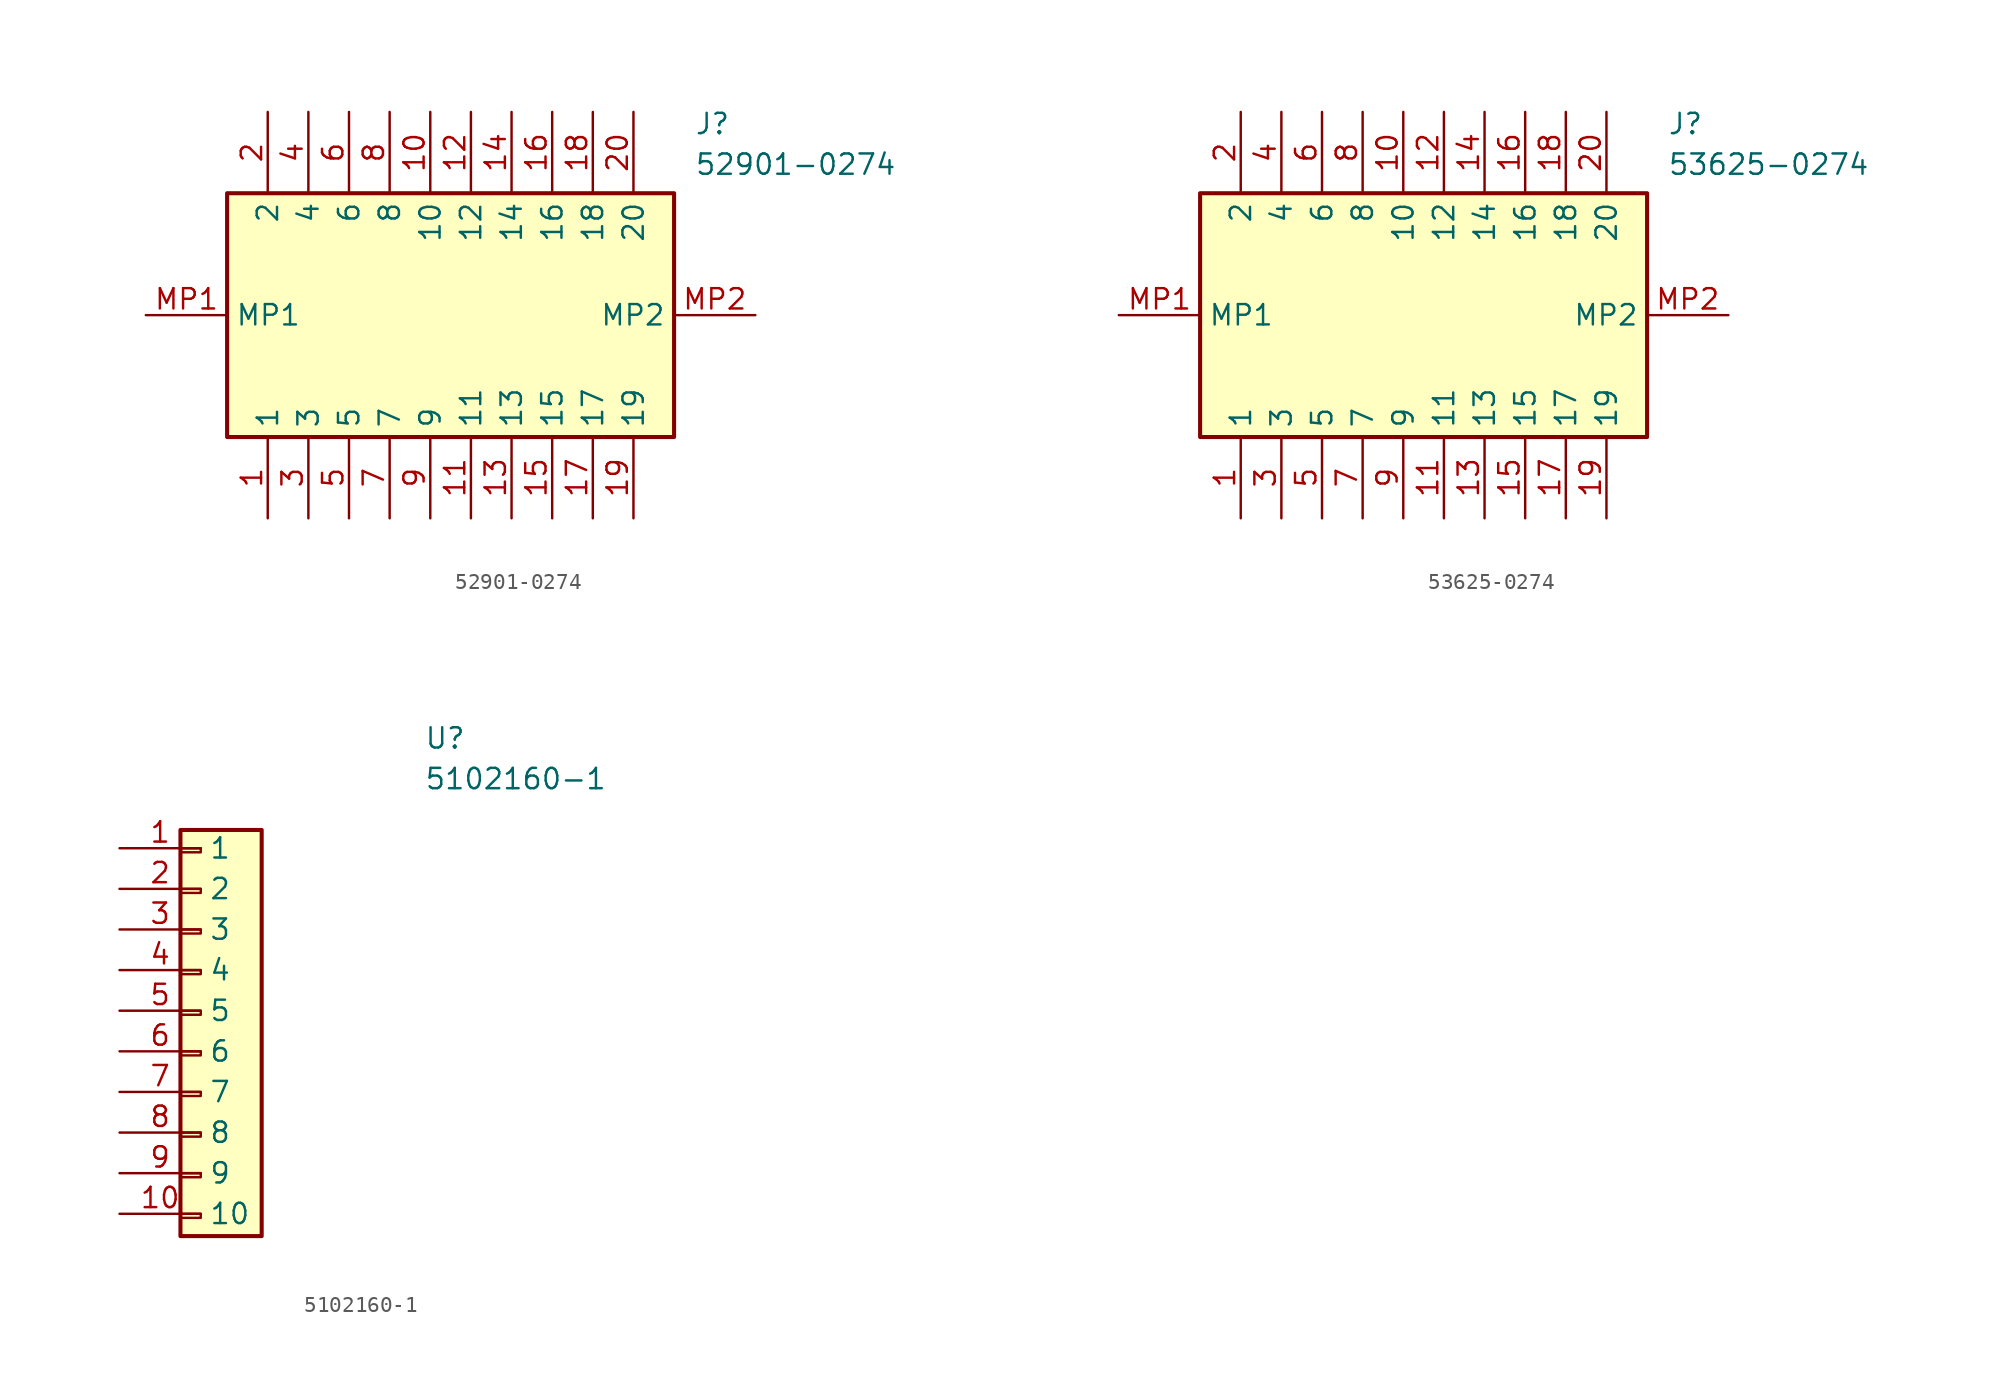
<source format=kicad_sym>
(kicad_symbol_lib
  (version 20231120)
  (generator "kicad_symbol_editor")
  (generator_version "8.0")
  (symbol "52901-0274"
    (property "Reference" "J"
      (at 34.29 12.7 0)
      (effects (font (size 1.27 1.27)) (justify left top)))
    (property "Value" "52901-0274"
      (at 34.29 10.16 0)
      (effects (font (size 1.27 1.27)) (justify left top)))
    (symbol "52901-0274_1_1"
      (rectangle (start 5.08 7.62) (end 33.02 -7.62) (stroke (width 0.254) (type default)) (fill (type background)))
      (pin passive line (at 7.62 -12.7 90) (length 5.08) (name "1" (effects (font (size 1.27 1.27)))) (number "1" (effects (font (size 1.27 1.27)))))
      (pin passive line (at 17.78 12.7 270) (length 5.08) (name "10" (effects (font (size 1.27 1.27)))) (number "10" (effects (font (size 1.27 1.27)))))
      (pin passive line (at 20.32 -12.7 90) (length 5.08) (name "11" (effects (font (size 1.27 1.27)))) (number "11" (effects (font (size 1.27 1.27)))))
      (pin passive line (at 20.32 12.7 270) (length 5.08) (name "12" (effects (font (size 1.27 1.27)))) (number "12" (effects (font (size 1.27 1.27)))))
      (pin passive line (at 22.86 -12.7 90) (length 5.08) (name "13" (effects (font (size 1.27 1.27)))) (number "13" (effects (font (size 1.27 1.27)))))
      (pin passive line (at 22.86 12.7 270) (length 5.08) (name "14" (effects (font (size 1.27 1.27)))) (number "14" (effects (font (size 1.27 1.27)))))
      (pin passive line (at 25.4 -12.7 90) (length 5.08) (name "15" (effects (font (size 1.27 1.27)))) (number "15" (effects (font (size 1.27 1.27)))))
      (pin passive line (at 25.4 12.7 270) (length 5.08) (name "16" (effects (font (size 1.27 1.27)))) (number "16" (effects (font (size 1.27 1.27)))))
      (pin passive line (at 27.94 -12.7 90) (length 5.08) (name "17" (effects (font (size 1.27 1.27)))) (number "17" (effects (font (size 1.27 1.27)))))
      (pin passive line (at 27.94 12.7 270) (length 5.08) (name "18" (effects (font (size 1.27 1.27)))) (number "18" (effects (font (size 1.27 1.27)))))
      (pin passive line (at 30.48 -12.7 90) (length 5.08) (name "19" (effects (font (size 1.27 1.27)))) (number "19" (effects (font (size 1.27 1.27)))))
      (pin passive line (at 7.62 12.7 270) (length 5.08) (name "2" (effects (font (size 1.27 1.27)))) (number "2" (effects (font (size 1.27 1.27)))))
      (pin passive line (at 30.48 12.7 270) (length 5.08) (name "20" (effects (font (size 1.27 1.27)))) (number "20" (effects (font (size 1.27 1.27)))))
      (pin passive line (at 10.16 -12.7 90) (length 5.08) (name "3" (effects (font (size 1.27 1.27)))) (number "3" (effects (font (size 1.27 1.27)))))
      (pin passive line (at 10.16 12.7 270) (length 5.08) (name "4" (effects (font (size 1.27 1.27)))) (number "4" (effects (font (size 1.27 1.27)))))
      (pin passive line (at 12.7 -12.7 90) (length 5.08) (name "5" (effects (font (size 1.27 1.27)))) (number "5" (effects (font (size 1.27 1.27)))))
      (pin passive line (at 12.7 12.7 270) (length 5.08) (name "6" (effects (font (size 1.27 1.27)))) (number "6" (effects (font (size 1.27 1.27)))))
      (pin passive line (at 15.24 -12.7 90) (length 5.08) (name "7" (effects (font (size 1.27 1.27)))) (number "7" (effects (font (size 1.27 1.27)))))
      (pin passive line (at 15.24 12.7 270) (length 5.08) (name "8" (effects (font (size 1.27 1.27)))) (number "8" (effects (font (size 1.27 1.27)))))
      (pin passive line (at 17.78 -12.7 90) (length 5.08) (name "9" (effects (font (size 1.27 1.27)))) (number "9" (effects (font (size 1.27 1.27)))))
      (pin passive line (at 0 0 0) (length 5.08) (name "MP1" (effects (font (size 1.27 1.27)))) (number "MP1" (effects (font (size 1.27 1.27)))))
      (pin passive line (at 38.1 0 180) (length 5.08) (name "MP2" (effects (font (size 1.27 1.27)))) (number "MP2" (effects (font (size 1.27 1.27)))))))
  (symbol "53625-0274"
    (property "Reference" "J"
      (at 34.29 12.7 0)
      (effects (font (size 1.27 1.27)) (justify left top)))
    (property "Value" "53625-0274"
      (at 34.29 10.16 0)
      (effects (font (size 1.27 1.27)) (justify left top)))
    (symbol "53625-0274_1_1"
      (rectangle (start 5.08 7.62) (end 33.02 -7.62) (stroke (width 0.254) (type default)) (fill (type background)))
      (pin passive line (at 7.62 -12.7 90) (length 5.08) (name "1" (effects (font (size 1.27 1.27)))) (number "1" (effects (font (size 1.27 1.27)))))
      (pin passive line (at 17.78 12.7 270) (length 5.08) (name "10" (effects (font (size 1.27 1.27)))) (number "10" (effects (font (size 1.27 1.27)))))
      (pin passive line (at 20.32 -12.7 90) (length 5.08) (name "11" (effects (font (size 1.27 1.27)))) (number "11" (effects (font (size 1.27 1.27)))))
      (pin passive line (at 20.32 12.7 270) (length 5.08) (name "12" (effects (font (size 1.27 1.27)))) (number "12" (effects (font (size 1.27 1.27)))))
      (pin passive line (at 22.86 -12.7 90) (length 5.08) (name "13" (effects (font (size 1.27 1.27)))) (number "13" (effects (font (size 1.27 1.27)))))
      (pin passive line (at 22.86 12.7 270) (length 5.08) (name "14" (effects (font (size 1.27 1.27)))) (number "14" (effects (font (size 1.27 1.27)))))
      (pin passive line (at 25.4 -12.7 90) (length 5.08) (name "15" (effects (font (size 1.27 1.27)))) (number "15" (effects (font (size 1.27 1.27)))))
      (pin passive line (at 25.4 12.7 270) (length 5.08) (name "16" (effects (font (size 1.27 1.27)))) (number "16" (effects (font (size 1.27 1.27)))))
      (pin passive line (at 27.94 -12.7 90) (length 5.08) (name "17" (effects (font (size 1.27 1.27)))) (number "17" (effects (font (size 1.27 1.27)))))
      (pin passive line (at 27.94 12.7 270) (length 5.08) (name "18" (effects (font (size 1.27 1.27)))) (number "18" (effects (font (size 1.27 1.27)))))
      (pin passive line (at 30.48 -12.7 90) (length 5.08) (name "19" (effects (font (size 1.27 1.27)))) (number "19" (effects (font (size 1.27 1.27)))))
      (pin passive line (at 7.62 12.7 270) (length 5.08) (name "2" (effects (font (size 1.27 1.27)))) (number "2" (effects (font (size 1.27 1.27)))))
      (pin passive line (at 30.48 12.7 270) (length 5.08) (name "20" (effects (font (size 1.27 1.27)))) (number "20" (effects (font (size 1.27 1.27)))))
      (pin passive line (at 10.16 -12.7 90) (length 5.08) (name "3" (effects (font (size 1.27 1.27)))) (number "3" (effects (font (size 1.27 1.27)))))
      (pin passive line (at 10.16 12.7 270) (length 5.08) (name "4" (effects (font (size 1.27 1.27)))) (number "4" (effects (font (size 1.27 1.27)))))
      (pin passive line (at 12.7 -12.7 90) (length 5.08) (name "5" (effects (font (size 1.27 1.27)))) (number "5" (effects (font (size 1.27 1.27)))))
      (pin passive line (at 12.7 12.7 270) (length 5.08) (name "6" (effects (font (size 1.27 1.27)))) (number "6" (effects (font (size 1.27 1.27)))))
      (pin passive line (at 15.24 -12.7 90) (length 5.08) (name "7" (effects (font (size 1.27 1.27)))) (number "7" (effects (font (size 1.27 1.27)))))
      (pin passive line (at 15.24 12.7 270) (length 5.08) (name "8" (effects (font (size 1.27 1.27)))) (number "8" (effects (font (size 1.27 1.27)))))
      (pin passive line (at 17.78 -12.7 90) (length 5.08) (name "9" (effects (font (size 1.27 1.27)))) (number "9" (effects (font (size 1.27 1.27)))))
      (pin passive line (at 0 0 0) (length 5.08) (name "MP1" (effects (font (size 1.27 1.27)))) (number "MP1" (effects (font (size 1.27 1.27)))))
      (pin passive line (at 38.1 0 180) (length 5.08) (name "MP2" (effects (font (size 1.27 1.27)))) (number "MP2" (effects (font (size 1.27 1.27)))))))
  (symbol "5102160-1"
    (property "Reference" "U"
      (at 19.05 7.62 0)
      (effects (font (size 1.27 1.27)) (justify left top)))
    (property "Value" "5102160-1"
      (at 19.05 5.08 0)
      (effects (font (size 1.27 1.27)) (justify left top)))
    (symbol "5102160-1_1_1"
      (rectangle (start 3.81 -22.86) (end 5.08 -23.114) (stroke (width 0.152) (type default)) (fill (type none)))
      (rectangle (start 3.81 -20.32) (end 5.08 -20.574) (stroke (width 0.152) (type default)) (fill (type none)))
      (rectangle (start 3.81 -17.78) (end 5.08 -18.034) (stroke (width 0.152) (type default)) (fill (type none)))
      (rectangle (start 3.81 -15.24) (end 5.08 -15.494) (stroke (width 0.152) (type default)) (fill (type none)))
      (rectangle (start 3.81 -12.7) (end 5.08 -12.954) (stroke (width 0.152) (type default)) (fill (type none)))
      (rectangle (start 3.81 -10.16) (end 5.08 -10.414) (stroke (width 0.152) (type default)) (fill (type none)))
      (rectangle (start 3.81 -7.62) (end 5.08 -7.874) (stroke (width 0.152) (type default)) (fill (type none)))
      (rectangle (start 3.81 -5.08) (end 5.08 -5.334) (stroke (width 0.152) (type default)) (fill (type none)))
      (rectangle (start 3.81 -2.54) (end 5.08 -2.794) (stroke (width 0.152) (type default)) (fill (type none)))
      (rectangle (start 3.81 0) (end 5.08 -0.254) (stroke (width 0.152) (type default)) (fill (type none)))
      (rectangle (start 3.81 1.143) (end 8.89 -24.257) (stroke (width 0.254) (type default)) (fill (type background)))
      (pin passive line (at 0 0 0) (length 5.08) (name "1" (effects (font (size 1.27 1.27)))) (number "1" (effects (font (size 1.27 1.27)))))
      (pin passive line (at 0 -22.86 0) (length 5.08) (name "10" (effects (font (size 1.27 1.27)))) (number "10" (effects (font (size 1.27 1.27)))))
      (pin passive line (at 0 -2.54 0) (length 5.08) (name "2" (effects (font (size 1.27 1.27)))) (number "2" (effects (font (size 1.27 1.27)))))
      (pin passive line (at 0 -5.08 0) (length 5.08) (name "3" (effects (font (size 1.27 1.27)))) (number "3" (effects (font (size 1.27 1.27)))))
      (pin passive line (at 0 -7.62 0) (length 5.08) (name "4" (effects (font (size 1.27 1.27)))) (number "4" (effects (font (size 1.27 1.27)))))
      (pin passive line (at 0 -10.16 0) (length 5.08) (name "5" (effects (font (size 1.27 1.27)))) (number "5" (effects (font (size 1.27 1.27)))))
      (pin passive line (at 0 -12.7 0) (length 5.08) (name "6" (effects (font (size 1.27 1.27)))) (number "6" (effects (font (size 1.27 1.27)))))
      (pin passive line (at 0 -15.24 0) (length 5.08) (name "7" (effects (font (size 1.27 1.27)))) (number "7" (effects (font (size 1.27 1.27)))))
      (pin passive line (at 0 -17.78 0) (length 5.08) (name "8" (effects (font (size 1.27 1.27)))) (number "8" (effects (font (size 1.27 1.27)))))
      (pin passive line (at 0 -20.32 0) (length 5.08) (name "9" (effects (font (size 1.27 1.27)))) (number "9" (effects (font (size 1.27 1.27))))))))
</source>
